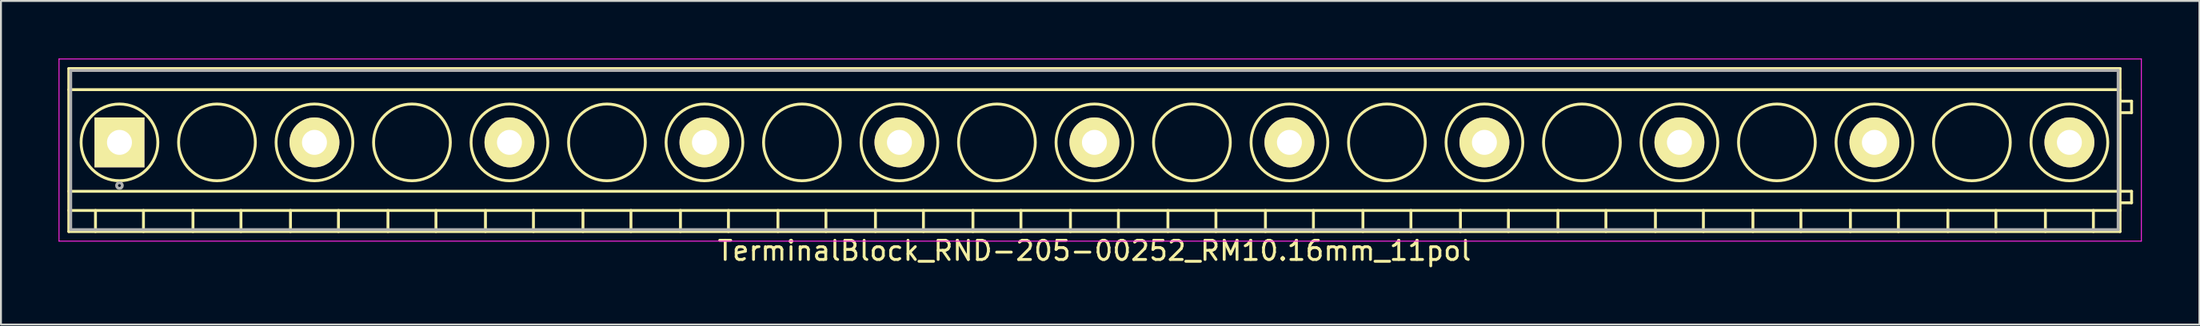
<source format=kicad_pcb>
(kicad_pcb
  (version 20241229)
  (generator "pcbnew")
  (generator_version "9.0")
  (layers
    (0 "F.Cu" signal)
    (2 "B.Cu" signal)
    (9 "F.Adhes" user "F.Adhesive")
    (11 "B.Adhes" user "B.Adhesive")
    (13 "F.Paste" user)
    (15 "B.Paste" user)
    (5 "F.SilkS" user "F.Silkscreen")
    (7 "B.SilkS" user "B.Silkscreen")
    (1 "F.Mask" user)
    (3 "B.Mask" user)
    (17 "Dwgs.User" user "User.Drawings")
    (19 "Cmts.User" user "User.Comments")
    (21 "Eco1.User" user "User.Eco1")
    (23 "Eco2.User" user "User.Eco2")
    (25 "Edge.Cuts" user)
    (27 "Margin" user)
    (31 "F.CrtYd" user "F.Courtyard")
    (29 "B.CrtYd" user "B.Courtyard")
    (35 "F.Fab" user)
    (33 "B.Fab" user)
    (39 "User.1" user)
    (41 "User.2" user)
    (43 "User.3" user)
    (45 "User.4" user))
  (footprint "TerminalBlock_RND-205-00252_RM10.16mm_11pol"
    (layer "F.Cu")
    (at 3.175 4.375)
    (property "Reference" "TerminalBlock_RND-205-00252_RM10.16mm_11pol" (at 50.8 5.65 0) (layer "F.SilkS") (effects (font (size 1 1) (thickness 0.15))))
    (attr through_hole)
    (fp_line (start -2.64 -3.85) (end 104.24 -3.85) (stroke (width 0.15) (type solid)) (layer "F.SilkS"))
    (fp_line (start -2.64 -2.75) (end 104.24 -2.75) (stroke (width 0.15) (type solid)) (layer "F.SilkS"))
    (fp_line (start -2.64 2.55) (end 104.24 2.55) (stroke (width 0.15) (type solid)) (layer "F.SilkS"))
    (fp_line (start -2.64 3.55) (end 104.24 3.55) (stroke (width 0.15) (type solid)) (layer "F.SilkS"))
    (fp_line (start -2.64 4.65) (end -2.64 -3.85) (stroke (width 0.15) (type solid)) (layer "F.SilkS"))
    (fp_line (start -1.25 3.55) (end -1.25 4.65) (stroke (width 0.15) (type solid)) (layer "F.SilkS"))
    (fp_line (start 1.25 3.55) (end 1.25 4.65) (stroke (width 0.15) (type solid)) (layer "F.SilkS"))
    (fp_line (start 3.83 3.55) (end 3.83 4.65) (stroke (width 0.15) (type solid)) (layer "F.SilkS"))
    (fp_line (start 6.33 3.55) (end 6.33 4.65) (stroke (width 0.15) (type solid)) (layer "F.SilkS"))
    (fp_line (start 8.91 3.55) (end 8.91 4.65) (stroke (width 0.15) (type solid)) (layer "F.SilkS"))
    (fp_line (start 11.41 3.55) (end 11.41 4.65) (stroke (width 0.15) (type solid)) (layer "F.SilkS"))
    (fp_line (start 13.99 3.55) (end 13.99 4.65) (stroke (width 0.15) (type solid)) (layer "F.SilkS"))
    (fp_line (start 16.49 3.55) (end 16.49 4.65) (stroke (width 0.15) (type solid)) (layer "F.SilkS"))
    (fp_line (start 19.07 3.55) (end 19.07 4.65) (stroke (width 0.15) (type solid)) (layer "F.SilkS"))
    (fp_line (start 21.57 3.55) (end 21.57 4.65) (stroke (width 0.15) (type solid)) (layer "F.SilkS"))
    (fp_line (start 24.15 3.55) (end 24.15 4.65) (stroke (width 0.15) (type solid)) (layer "F.SilkS"))
    (fp_line (start 26.65 3.55) (end 26.65 4.65) (stroke (width 0.15) (type solid)) (layer "F.SilkS"))
    (fp_line (start 29.23 3.55) (end 29.23 4.65) (stroke (width 0.15) (type solid)) (layer "F.SilkS"))
    (fp_line (start 31.73 3.55) (end 31.73 4.65) (stroke (width 0.15) (type solid)) (layer "F.SilkS"))
    (fp_line (start 34.31 3.55) (end 34.31 4.65) (stroke (width 0.15) (type solid)) (layer "F.SilkS"))
    (fp_line (start 36.81 3.55) (end 36.81 4.65) (stroke (width 0.15) (type solid)) (layer "F.SilkS"))
    (fp_line (start 39.39 3.55) (end 39.39 4.65) (stroke (width 0.15) (type solid)) (layer "F.SilkS"))
    (fp_line (start 41.89 3.55) (end 41.89 4.65) (stroke (width 0.15) (type solid)) (layer "F.SilkS"))
    (fp_line (start 44.47 3.55) (end 44.47 4.65) (stroke (width 0.15) (type solid)) (layer "F.SilkS"))
    (fp_line (start 46.97 3.55) (end 46.97 4.65) (stroke (width 0.15) (type solid)) (layer "F.SilkS"))
    (fp_line (start 49.55 3.55) (end 49.55 4.65) (stroke (width 0.15) (type solid)) (layer "F.SilkS"))
    (fp_line (start 52.05 3.55) (end 52.05 4.65) (stroke (width 0.15) (type solid)) (layer "F.SilkS"))
    (fp_line (start 54.63 3.55) (end 54.63 4.65) (stroke (width 0.15) (type solid)) (layer "F.SilkS"))
    (fp_line (start 57.13 3.55) (end 57.13 4.65) (stroke (width 0.15) (type solid)) (layer "F.SilkS"))
    (fp_line (start 59.71 3.55) (end 59.71 4.65) (stroke (width 0.15) (type solid)) (layer "F.SilkS"))
    (fp_line (start 62.21 3.55) (end 62.21 4.65) (stroke (width 0.15) (type solid)) (layer "F.SilkS"))
    (fp_line (start 64.79 3.55) (end 64.79 4.65) (stroke (width 0.15) (type solid)) (layer "F.SilkS"))
    (fp_line (start 67.29 3.55) (end 67.29 4.65) (stroke (width 0.15) (type solid)) (layer "F.SilkS"))
    (fp_line (start 69.87 3.55) (end 69.87 4.65) (stroke (width 0.15) (type solid)) (layer "F.SilkS"))
    (fp_line (start 72.37 3.55) (end 72.37 4.65) (stroke (width 0.15) (type solid)) (layer "F.SilkS"))
    (fp_line (start 74.95 3.55) (end 74.95 4.65) (stroke (width 0.15) (type solid)) (layer "F.SilkS"))
    (fp_line (start 77.45 3.55) (end 77.45 4.65) (stroke (width 0.15) (type solid)) (layer "F.SilkS"))
    (fp_line (start 80.03 3.55) (end 80.03 4.65) (stroke (width 0.15) (type solid)) (layer "F.SilkS"))
    (fp_line (start 82.53 3.55) (end 82.53 4.65) (stroke (width 0.15) (type solid)) (layer "F.SilkS"))
    (fp_line (start 85.11 3.55) (end 85.11 4.65) (stroke (width 0.15) (type solid)) (layer "F.SilkS"))
    (fp_line (start 87.61 3.55) (end 87.61 4.65) (stroke (width 0.15) (type solid)) (layer "F.SilkS"))
    (fp_line (start 90.19 3.55) (end 90.19 4.65) (stroke (width 0.15) (type solid)) (layer "F.SilkS"))
    (fp_line (start 92.69 3.55) (end 92.69 4.65) (stroke (width 0.15) (type solid)) (layer "F.SilkS"))
    (fp_line (start 95.27 3.55) (end 95.27 4.65) (stroke (width 0.15) (type solid)) (layer "F.SilkS"))
    (fp_line (start 97.77 3.55) (end 97.77 4.65) (stroke (width 0.15) (type solid)) (layer "F.SilkS"))
    (fp_line (start 100.35 3.55) (end 100.35 4.65) (stroke (width 0.15) (type solid)) (layer "F.SilkS"))
    (fp_line (start 102.85 3.55) (end 102.85 4.65) (stroke (width 0.15) (type solid)) (layer "F.SilkS"))
    (fp_line (start 104.24 -3.85) (end 104.24 4.65) (stroke (width 0.15) (type solid)) (layer "F.SilkS"))
    (fp_line (start 104.24 -2.15) (end 104.84 -2.15) (stroke (width 0.15) (type solid)) (layer "F.SilkS"))
    (fp_line (start 104.24 2.55) (end 104.84 2.55) (stroke (width 0.15) (type solid)) (layer "F.SilkS"))
    (fp_line (start 104.24 4.65) (end -2.64 4.65) (stroke (width 0.15) (type solid)) (layer "F.SilkS"))
    (fp_line (start 104.84 -2.15) (end 104.84 -1.55) (stroke (width 0.15) (type solid)) (layer "F.SilkS"))
    (fp_line (start 104.84 -1.55) (end 104.24 -1.55) (stroke (width 0.15) (type solid)) (layer "F.SilkS"))
    (fp_line (start 104.84 2.55) (end 104.84 3.15) (stroke (width 0.15) (type solid)) (layer "F.SilkS"))
    (fp_line (start 104.84 3.15) (end 104.24 3.15) (stroke (width 0.15) (type solid)) (layer "F.SilkS"))
    (fp_circle (center 0 0) (end -2 0) (stroke (width 0.15) (type solid)) (fill no) (layer "F.SilkS"))
    (fp_circle (center 5.08 0) (end 3.08 0) (stroke (width 0.15) (type solid)) (fill no) (layer "F.SilkS"))
    (fp_circle (center 10.16 0) (end 8.16 0) (stroke (width 0.15) (type solid)) (fill no) (layer "F.SilkS"))
    (fp_circle (center 15.24 0) (end 13.24 0) (stroke (width 0.15) (type solid)) (fill no) (layer "F.SilkS"))
    (fp_circle (center 20.32 0) (end 18.32 0) (stroke (width 0.15) (type solid)) (fill no) (layer "F.SilkS"))
    (fp_circle (center 25.4 0) (end 23.4 0) (stroke (width 0.15) (type solid)) (fill no) (layer "F.SilkS"))
    (fp_circle (center 30.48 0) (end 28.48 0) (stroke (width 0.15) (type solid)) (fill no) (layer "F.SilkS"))
    (fp_circle (center 35.56 0) (end 33.56 0) (stroke (width 0.15) (type solid)) (fill no) (layer "F.SilkS"))
    (fp_circle (center 40.64 0) (end 38.64 0) (stroke (width 0.15) (type solid)) (fill no) (layer "F.SilkS"))
    (fp_circle (center 45.72 0) (end 43.72 0) (stroke (width 0.15) (type solid)) (fill no) (layer "F.SilkS"))
    (fp_circle (center 50.8 0) (end 48.8 0) (stroke (width 0.15) (type solid)) (fill no) (layer "F.SilkS"))
    (fp_circle (center 55.88 0) (end 53.88 0) (stroke (width 0.15) (type solid)) (fill no) (layer "F.SilkS"))
    (fp_circle (center 60.96 0) (end 58.96 0) (stroke (width 0.15) (type solid)) (fill no) (layer "F.SilkS"))
    (fp_circle (center 66.04 0) (end 64.04 0) (stroke (width 0.15) (type solid)) (fill no) (layer "F.SilkS"))
    (fp_circle (center 71.12 0) (end 69.12 0) (stroke (width 0.15) (type solid)) (fill no) (layer "F.SilkS"))
    (fp_circle (center 76.2 0) (end 74.2 0) (stroke (width 0.15) (type solid)) (fill no) (layer "F.SilkS"))
    (fp_circle (center 81.28 0) (end 79.28 0) (stroke (width 0.15) (type solid)) (fill no) (layer "F.SilkS"))
    (fp_circle (center 86.36 0) (end 84.36 0) (stroke (width 0.15) (type solid)) (fill no) (layer "F.SilkS"))
    (fp_circle (center 91.44 0) (end 89.44 0) (stroke (width 0.15) (type solid)) (fill no) (layer "F.SilkS"))
    (fp_circle (center 96.52 0) (end 94.52 0) (stroke (width 0.15) (type solid)) (fill no) (layer "F.SilkS"))
    (fp_circle (center 101.6 0) (end 99.6 0) (stroke (width 0.15) (type solid)) (fill no) (layer "F.SilkS"))
    (fp_line (start -3.15 -4.35) (end 105.35 -4.35) (stroke (width 0.05) (type solid)) (layer "F.CrtYd"))
    (fp_line (start -3.15 5.15) (end -3.15 -4.35) (stroke (width 0.05) (type solid)) (layer "F.CrtYd"))
    (fp_line (start 105.35 -4.35) (end 105.35 5.15) (stroke (width 0.05) (type solid)) (layer "F.CrtYd"))
    (fp_line (start 105.35 5.15) (end -3.15 5.15) (stroke (width 0.05) (type solid)) (layer "F.CrtYd"))
    (fp_line (start -2.54 -3.75) (end 104.14 -3.75) (stroke (width 0.15) (type solid)) (layer "F.Fab"))
    (fp_line (start -2.54 4.55) (end -2.54 -3.75) (stroke (width 0.15) (type solid)) (layer "F.Fab"))
    (fp_line (start 104.14 -3.75) (end 104.14 4.55) (stroke (width 0.15) (type solid)) (layer "F.Fab"))
    (fp_line (start 104.14 4.55) (end -2.54 4.55) (stroke (width 0.15) (type solid)) (layer "F.Fab"))
    (fp_circle (center 0 2.25) (end -0.15 2.25) (stroke (width 0.15) (type solid)) (fill no) (layer "F.Fab"))
    (pad "1" thru_hole rect (at 0 0) (size 2.6 2.6) (drill 1.3) (layers "*.Cu" "*.Mask" "F.SilkS"))
    (pad "2" thru_hole circle (at 10.16 0) (size 2.6 2.6) (drill 1.3) (layers "*.Cu" "*.Mask" "F.SilkS"))
    (pad "3" thru_hole circle (at 20.32 0) (size 2.6 2.6) (drill 1.3) (layers "*.Cu" "*.Mask" "F.SilkS"))
    (pad "4" thru_hole circle (at 30.48 0) (size 2.6 2.6) (drill 1.3) (layers "*.Cu" "*.Mask" "F.SilkS"))
    (pad "5" thru_hole circle (at 40.64 0) (size 2.6 2.6) (drill 1.3) (layers "*.Cu" "*.Mask" "F.SilkS"))
    (pad "6" thru_hole circle (at 50.8 0) (size 2.6 2.6) (drill 1.3) (layers "*.Cu" "*.Mask" "F.SilkS"))
    (pad "7" thru_hole circle (at 60.96 0) (size 2.6 2.6) (drill 1.3) (layers "*.Cu" "*.Mask" "F.SilkS"))
    (pad "8" thru_hole circle (at 71.12 0) (size 2.6 2.6) (drill 1.3) (layers "*.Cu" "*.Mask" "F.SilkS"))
    (pad "9" thru_hole circle (at 81.28 0) (size 2.6 2.6) (drill 1.3) (layers "*.Cu" "*.Mask" "F.SilkS"))
    (pad "10" thru_hole circle (at 91.44 0) (size 2.6 2.6) (drill 1.3) (layers "*.Cu" "*.Mask" "F.SilkS"))
    (pad "11" thru_hole circle (at 101.6 0) (size 2.6 2.6) (drill 1.3) (layers "*.Cu" "*.Mask" "F.SilkS")))
  (gr_rect
    (start -3 -3)
    (end 111.55 13.873)
    (stroke (width 0.1) (type default))
    (fill no)
    (layer "Edge.Cuts")))
</source>
